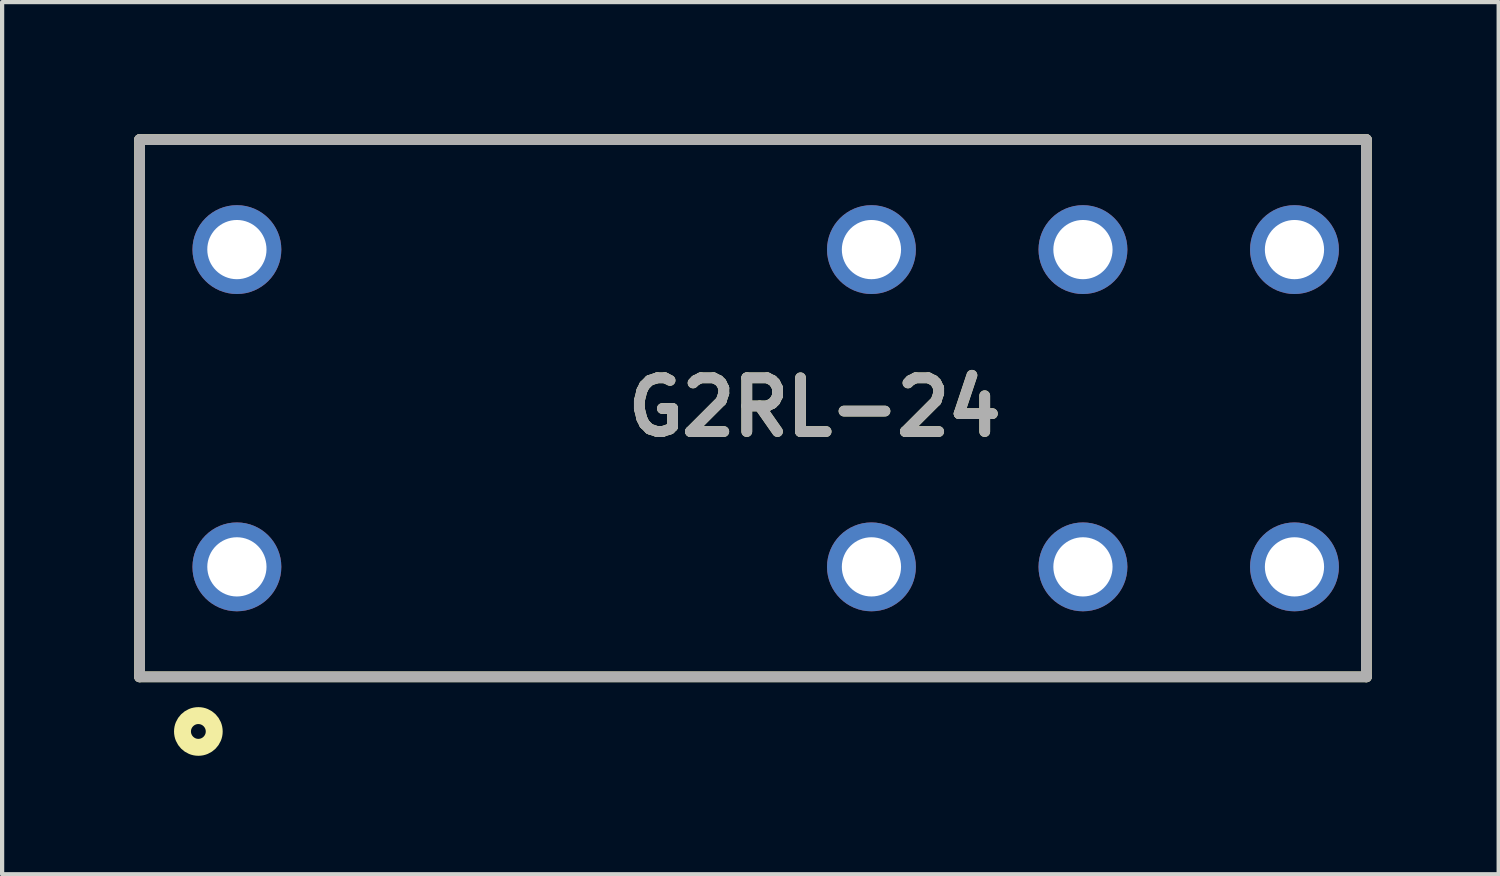
<source format=kicad_pcb>
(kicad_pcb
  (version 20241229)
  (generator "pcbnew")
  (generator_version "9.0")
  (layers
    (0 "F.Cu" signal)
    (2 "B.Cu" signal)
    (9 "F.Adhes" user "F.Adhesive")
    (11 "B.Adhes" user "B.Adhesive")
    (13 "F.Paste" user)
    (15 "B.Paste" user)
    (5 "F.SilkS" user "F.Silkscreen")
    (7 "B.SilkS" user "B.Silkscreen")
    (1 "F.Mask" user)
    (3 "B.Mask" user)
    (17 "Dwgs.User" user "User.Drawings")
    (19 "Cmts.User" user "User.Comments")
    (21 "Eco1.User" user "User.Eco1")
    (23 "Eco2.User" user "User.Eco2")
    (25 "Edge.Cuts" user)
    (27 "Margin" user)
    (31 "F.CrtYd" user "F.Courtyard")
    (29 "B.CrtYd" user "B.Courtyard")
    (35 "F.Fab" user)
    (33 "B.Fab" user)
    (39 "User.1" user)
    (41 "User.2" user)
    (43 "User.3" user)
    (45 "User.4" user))
  (footprint "G2RL-24"
    (layer "F.Cu")
    (at 0.25 0.25)
    (property "Reference" "G2RL-24" (at 15.956 6.327 0) (layer "F.SilkS") (effects (font (size 1.27 1.27) (thickness 0.254))))
    (attr through_hole)
    (fp_line (start 0 0) (end 0 12.7) (stroke (width 0.254) (type solid)) (layer "F.SilkS"))
    (fp_line (start 0 12.7) (end 29 12.7) (stroke (width 0.254) (type solid)) (layer "F.SilkS"))
    (fp_line (start 29 0) (end 0 0) (stroke (width 0.254) (type solid)) (layer "F.SilkS"))
    (fp_line (start 29 12.7) (end 29 0) (stroke (width 0.254) (type solid)) (layer "F.SilkS"))
    (fp_circle (center 1.389 13.991) (end 1.389 14.166) (stroke (width 0.4) (type solid)) (fill no) (layer "F.SilkS"))
    (fp_line (start 0 0) (end 29 0) (stroke (width 0.254) (type solid)) (layer "F.Fab"))
    (fp_line (start 0 12.7) (end 0 0) (stroke (width 0.254) (type solid)) (layer "F.Fab"))
    (fp_line (start 29 0) (end 29 12.7) (stroke (width 0.254) (type solid)) (layer "F.Fab"))
    (fp_line (start 29 12.7) (end 0 12.7) (stroke (width 0.254) (type solid)) (layer "F.Fab"))
    (fp_text user "${REFERENCE}" (at 15.956 6.327 0) (layer "F.Fab") (effects (font (size 1.27 1.27) (thickness 0.254))))
    (pad "1" thru_hole circle (at 2.3 10.1) (size 2.1 2.1) (drill 1.4) (layers "*.Cu" "*.Mask"))
    (pad "2" thru_hole circle (at 17.3 10.1) (size 2.1 2.1) (drill 1.4) (layers "*.Cu" "*.Mask"))
    (pad "3" thru_hole circle (at 22.3 10.1) (size 2.1 2.1) (drill 1.4) (layers "*.Cu" "*.Mask"))
    (pad "4" thru_hole circle (at 27.3 10.1) (size 2.1 2.1) (drill 1.4) (layers "*.Cu" "*.Mask"))
    (pad "5" thru_hole circle (at 27.3 2.6) (size 2.1 2.1) (drill 1.4) (layers "*.Cu" "*.Mask"))
    (pad "6" thru_hole circle (at 22.3 2.6) (size 2.1 2.1) (drill 1.4) (layers "*.Cu" "*.Mask"))
    (pad "7" thru_hole circle (at 17.3 2.6) (size 2.1 2.1) (drill 1.4) (layers "*.Cu" "*.Mask"))
    (pad "8" thru_hole circle (at 2.3 2.6) (size 2.1 2.1) (drill 1.4) (layers "*.Cu" "*.Mask")))
  (gr_rect
    (start -3 -3)
    (end 32.377 17.616)
    (stroke (width 0.1) (type default))
    (fill no)
    (layer "Edge.Cuts")))
</source>
